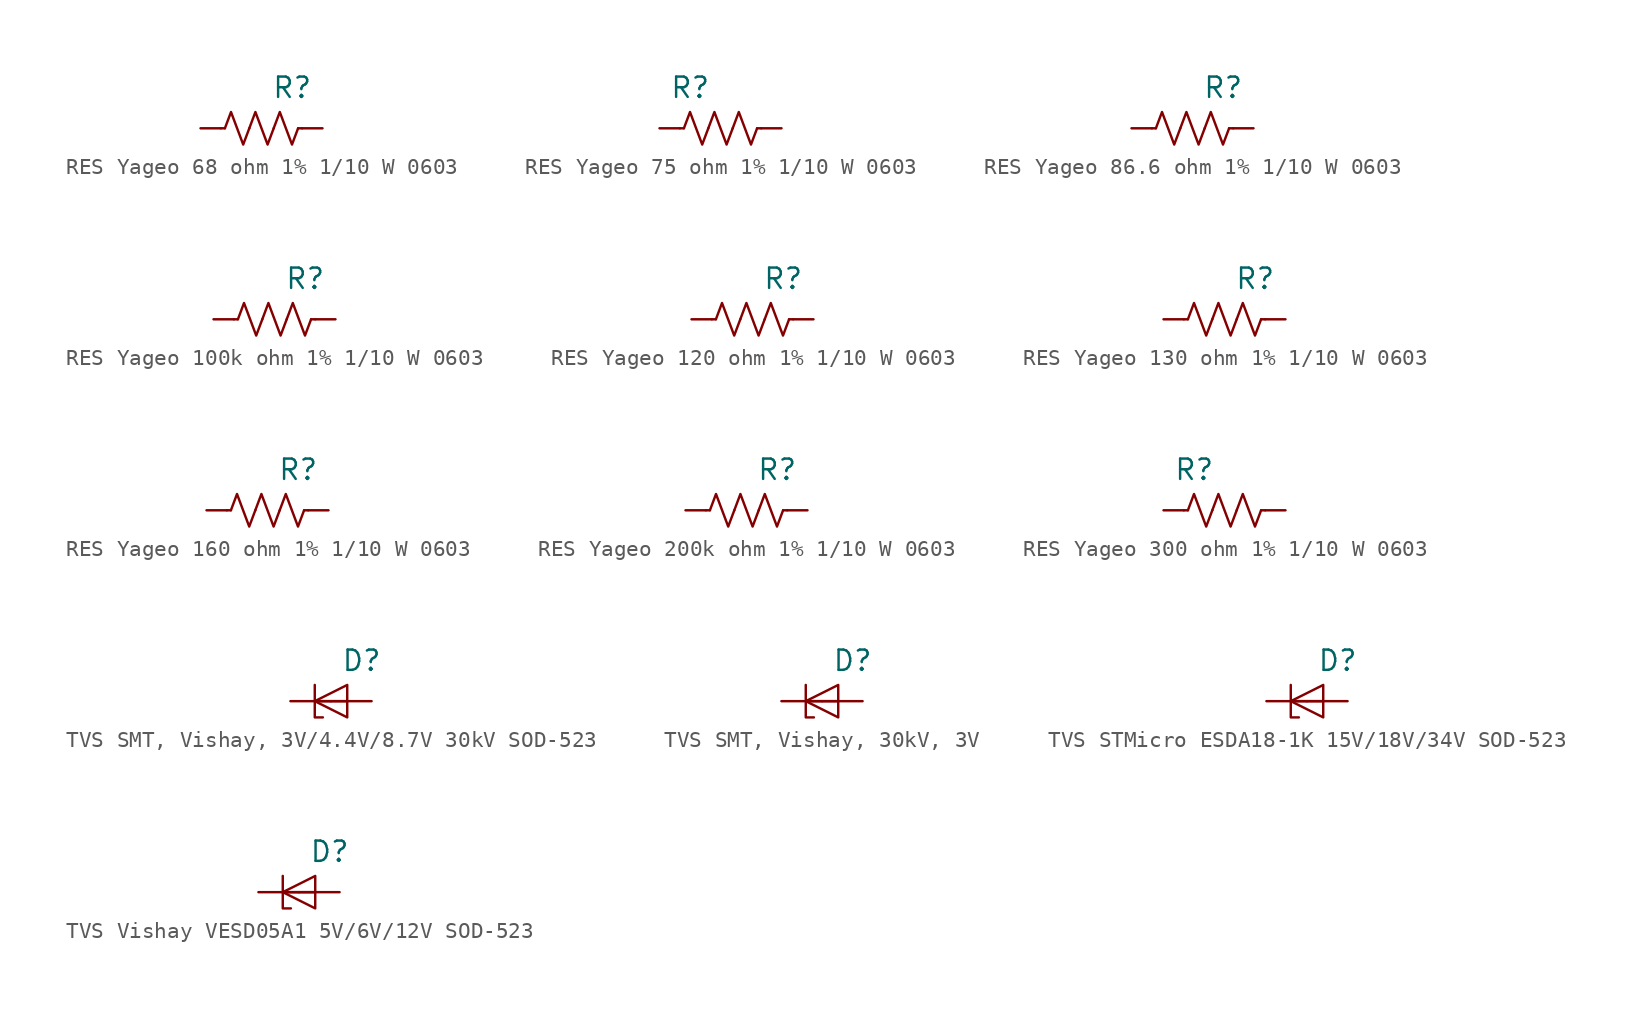
<source format=kicad_sym>
(kicad_symbol_lib
  (version 20241209)
  (generator "kicad_symbol_editor")
  (generator_version "9.0")
  (symbol "RES Yageo 68 ohm 1% 1/10 W 0603"
    (pin_numbers
      (hide yes))
    (pin_names
      (offset 0))
    (property "Reference" "R"
      (at 0.635 2.54 0)
      (effects (font (size 1.27 1.27)) (justify left)))
    (symbol "RES Yageo 68 ohm 1% 1/10 W 0603_0_1"
      (polyline (pts (xy -2.286 0) (xy -2.54 0)) (stroke (width 0) (type default)) (fill (type none)))
      (polyline (pts (xy -0.762 0) (xy -1.143 -1.016) (xy -1.524 0) (xy -1.905 1.016) (xy -2.286 0)) (stroke (width 0) (type default)) (fill (type none)))
      (polyline (pts (xy 0.762 0) (xy 0.381 -1.016) (xy 0 0) (xy -0.381 1.016) (xy -0.762 0)) (stroke (width 0) (type default)) (fill (type none)))
      (polyline (pts (xy 2.286 0) (xy 2.54 0)) (stroke (width 0) (type default)) (fill (type none)))
      (polyline (pts (xy 2.286 0) (xy 1.905 -1.016) (xy 1.524 0) (xy 1.143 1.016) (xy 0.762 0)) (stroke (width 0) (type default)) (fill (type none))))
    (symbol "RES Yageo 68 ohm 1% 1/10 W 0603_1_1"
      (pin passive line (at -3.81 0 0) (length 1.27) (name "~" (effects (font (size 1.27 1.27)))) (number "2" (effects (font (size 1.27 1.27)))))
      (pin passive line (at 3.81 0 180) (length 1.27) (name "~" (effects (font (size 1.27 1.27)))) (number "1" (effects (font (size 1.27 1.27)))))))
  (symbol "RES Yageo 75 ohm 1% 1/10 W 0603"
    (pin_numbers
      (hide yes))
    (pin_names
      (offset 0))
    (property "Reference" "R"
      (at 0.635 2.54 0)
      (effects (font (size 1.27 1.27)) (justify left)))
    (symbol "RES Yageo 75 ohm 1% 1/10 W 0603_0_1"
      (polyline (pts (xy 1.524 0) (xy 1.27 0)) (stroke (width 0) (type default)) (fill (type none)))
      (polyline (pts (xy 3.048 0) (xy 2.667 -1.016) (xy 2.286 0) (xy 1.905 1.016) (xy 1.524 0)) (stroke (width 0) (type default)) (fill (type none)))
      (polyline (pts (xy 4.572 0) (xy 4.191 -1.016) (xy 3.81 0) (xy 3.429 1.016) (xy 3.048 0)) (stroke (width 0) (type default)) (fill (type none)))
      (polyline (pts (xy 6.096 0) (xy 6.35 0)) (stroke (width 0) (type default)) (fill (type none)))
      (polyline (pts (xy 6.096 0) (xy 5.715 -1.016) (xy 5.334 0) (xy 4.953 1.016) (xy 4.572 0)) (stroke (width 0) (type default)) (fill (type none))))
    (symbol "RES Yageo 75 ohm 1% 1/10 W 0603_1_1"
      (pin passive line (at 0 0 0) (length 1.27) (name "~" (effects (font (size 1.27 1.27)))) (number "2" (effects (font (size 1.27 1.27)))))
      (pin passive line (at 7.62 0 180) (length 1.27) (name "~" (effects (font (size 1.27 1.27)))) (number "1" (effects (font (size 1.27 1.27)))))))
  (symbol "RES Yageo 86.6 ohm 1% 1/10 W 0603"
    (pin_numbers
      (hide yes))
    (pin_names
      (offset 0))
    (property "Reference" "R"
      (at 0.635 2.54 0)
      (effects (font (size 1.27 1.27)) (justify left)))
    (symbol "RES Yageo 86.6 ohm 1% 1/10 W 0603_0_1"
      (polyline (pts (xy -2.286 0) (xy -2.54 0)) (stroke (width 0) (type default)) (fill (type none)))
      (polyline (pts (xy -0.762 0) (xy -1.143 -1.016) (xy -1.524 0) (xy -1.905 1.016) (xy -2.286 0)) (stroke (width 0) (type default)) (fill (type none)))
      (polyline (pts (xy 0.762 0) (xy 0.381 -1.016) (xy 0 0) (xy -0.381 1.016) (xy -0.762 0)) (stroke (width 0) (type default)) (fill (type none)))
      (polyline (pts (xy 2.286 0) (xy 2.54 0)) (stroke (width 0) (type default)) (fill (type none)))
      (polyline (pts (xy 2.286 0) (xy 1.905 -1.016) (xy 1.524 0) (xy 1.143 1.016) (xy 0.762 0)) (stroke (width 0) (type default)) (fill (type none))))
    (symbol "RES Yageo 86.6 ohm 1% 1/10 W 0603_1_1"
      (pin passive line (at -3.81 0 0) (length 1.27) (name "~" (effects (font (size 1.27 1.27)))) (number "2" (effects (font (size 1.27 1.27)))))
      (pin passive line (at 3.81 0 180) (length 1.27) (name "~" (effects (font (size 1.27 1.27)))) (number "1" (effects (font (size 1.27 1.27)))))))
  (symbol "RES Yageo 100k ohm 1% 1/10 W 0603"
    (pin_numbers
      (hide yes))
    (pin_names
      (offset 0))
    (property "Reference" "R"
      (at 0.635 2.54 0)
      (effects (font (size 1.27 1.27)) (justify left)))
    (symbol "RES Yageo 100k ohm 1% 1/10 W 0603_0_1"
      (polyline (pts (xy -2.286 0) (xy -2.54 0)) (stroke (width 0) (type default)) (fill (type none)))
      (polyline (pts (xy -0.762 0) (xy -1.143 -1.016) (xy -1.524 0) (xy -1.905 1.016) (xy -2.286 0)) (stroke (width 0) (type default)) (fill (type none)))
      (polyline (pts (xy 0.762 0) (xy 0.381 -1.016) (xy 0 0) (xy -0.381 1.016) (xy -0.762 0)) (stroke (width 0) (type default)) (fill (type none)))
      (polyline (pts (xy 2.286 0) (xy 2.54 0)) (stroke (width 0) (type default)) (fill (type none)))
      (polyline (pts (xy 2.286 0) (xy 1.905 -1.016) (xy 1.524 0) (xy 1.143 1.016) (xy 0.762 0)) (stroke (width 0) (type default)) (fill (type none))))
    (symbol "RES Yageo 100k ohm 1% 1/10 W 0603_1_1"
      (pin passive line (at -3.81 0 0) (length 1.27) (name "~" (effects (font (size 1.27 1.27)))) (number "2" (effects (font (size 1.27 1.27)))))
      (pin passive line (at 3.81 0 180) (length 1.27) (name "~" (effects (font (size 1.27 1.27)))) (number "1" (effects (font (size 1.27 1.27)))))))
  (symbol "RES Yageo 120 ohm 1% 1/10 W 0603"
    (pin_numbers
      (hide yes))
    (pin_names
      (offset 0))
    (property "Reference" "R"
      (at 0.635 2.54 0)
      (effects (font (size 1.27 1.27)) (justify left)))
    (symbol "RES Yageo 120 ohm 1% 1/10 W 0603_0_1"
      (polyline (pts (xy -2.286 0) (xy -2.54 0)) (stroke (width 0) (type default)) (fill (type none)))
      (polyline (pts (xy -0.762 0) (xy -1.143 -1.016) (xy -1.524 0) (xy -1.905 1.016) (xy -2.286 0)) (stroke (width 0) (type default)) (fill (type none)))
      (polyline (pts (xy 0.762 0) (xy 0.381 -1.016) (xy 0 0) (xy -0.381 1.016) (xy -0.762 0)) (stroke (width 0) (type default)) (fill (type none)))
      (polyline (pts (xy 2.286 0) (xy 2.54 0)) (stroke (width 0) (type default)) (fill (type none)))
      (polyline (pts (xy 2.286 0) (xy 1.905 -1.016) (xy 1.524 0) (xy 1.143 1.016) (xy 0.762 0)) (stroke (width 0) (type default)) (fill (type none))))
    (symbol "RES Yageo 120 ohm 1% 1/10 W 0603_1_1"
      (pin passive line (at -3.81 0 0) (length 1.27) (name "~" (effects (font (size 1.27 1.27)))) (number "2" (effects (font (size 1.27 1.27)))))
      (pin passive line (at 3.81 0 180) (length 1.27) (name "~" (effects (font (size 1.27 1.27)))) (number "1" (effects (font (size 1.27 1.27)))))))
  (symbol "RES Yageo 130 ohm 1% 1/10 W 0603"
    (pin_numbers
      (hide yes))
    (pin_names
      (offset 0))
    (property "Reference" "R"
      (at 0.635 2.54 0)
      (effects (font (size 1.27 1.27)) (justify left)))
    (symbol "RES Yageo 130 ohm 1% 1/10 W 0603_0_1"
      (polyline (pts (xy -2.286 0) (xy -2.54 0)) (stroke (width 0) (type default)) (fill (type none)))
      (polyline (pts (xy -0.762 0) (xy -1.143 -1.016) (xy -1.524 0) (xy -1.905 1.016) (xy -2.286 0)) (stroke (width 0) (type default)) (fill (type none)))
      (polyline (pts (xy 0.762 0) (xy 0.381 -1.016) (xy 0 0) (xy -0.381 1.016) (xy -0.762 0)) (stroke (width 0) (type default)) (fill (type none)))
      (polyline (pts (xy 2.286 0) (xy 2.54 0)) (stroke (width 0) (type default)) (fill (type none)))
      (polyline (pts (xy 2.286 0) (xy 1.905 -1.016) (xy 1.524 0) (xy 1.143 1.016) (xy 0.762 0)) (stroke (width 0) (type default)) (fill (type none))))
    (symbol "RES Yageo 130 ohm 1% 1/10 W 0603_1_1"
      (pin passive line (at -3.81 0 0) (length 1.27) (name "~" (effects (font (size 1.27 1.27)))) (number "2" (effects (font (size 1.27 1.27)))))
      (pin passive line (at 3.81 0 180) (length 1.27) (name "~" (effects (font (size 1.27 1.27)))) (number "1" (effects (font (size 1.27 1.27)))))))
  (symbol "RES Yageo 160 ohm 1% 1/10 W 0603"
    (pin_numbers
      (hide yes))
    (pin_names
      (offset 0))
    (property "Reference" "R"
      (at 0.635 2.54 0)
      (effects (font (size 1.27 1.27)) (justify left)))
    (symbol "RES Yageo 160 ohm 1% 1/10 W 0603_0_1"
      (polyline (pts (xy -2.286 0) (xy -2.54 0)) (stroke (width 0) (type default)) (fill (type none)))
      (polyline (pts (xy -0.762 0) (xy -1.143 -1.016) (xy -1.524 0) (xy -1.905 1.016) (xy -2.286 0)) (stroke (width 0) (type default)) (fill (type none)))
      (polyline (pts (xy 0.762 0) (xy 0.381 -1.016) (xy 0 0) (xy -0.381 1.016) (xy -0.762 0)) (stroke (width 0) (type default)) (fill (type none)))
      (polyline (pts (xy 2.286 0) (xy 2.54 0)) (stroke (width 0) (type default)) (fill (type none)))
      (polyline (pts (xy 2.286 0) (xy 1.905 -1.016) (xy 1.524 0) (xy 1.143 1.016) (xy 0.762 0)) (stroke (width 0) (type default)) (fill (type none))))
    (symbol "RES Yageo 160 ohm 1% 1/10 W 0603_1_1"
      (pin passive line (at -3.81 0 0) (length 1.27) (name "~" (effects (font (size 1.27 1.27)))) (number "2" (effects (font (size 1.27 1.27)))))
      (pin passive line (at 3.81 0 180) (length 1.27) (name "~" (effects (font (size 1.27 1.27)))) (number "1" (effects (font (size 1.27 1.27)))))))
  (symbol "RES Yageo 200k ohm 1% 1/10 W 0603"
    (pin_numbers
      (hide yes))
    (pin_names
      (offset 0))
    (property "Reference" "R"
      (at 0.635 2.54 0)
      (effects (font (size 1.27 1.27)) (justify left)))
    (symbol "RES Yageo 200k ohm 1% 1/10 W 0603_0_1"
      (polyline (pts (xy -2.286 0) (xy -2.54 0)) (stroke (width 0) (type default)) (fill (type none)))
      (polyline (pts (xy -0.762 0) (xy -1.143 -1.016) (xy -1.524 0) (xy -1.905 1.016) (xy -2.286 0)) (stroke (width 0) (type default)) (fill (type none)))
      (polyline (pts (xy 0.762 0) (xy 0.381 -1.016) (xy 0 0) (xy -0.381 1.016) (xy -0.762 0)) (stroke (width 0) (type default)) (fill (type none)))
      (polyline (pts (xy 2.286 0) (xy 2.54 0)) (stroke (width 0) (type default)) (fill (type none)))
      (polyline (pts (xy 2.286 0) (xy 1.905 -1.016) (xy 1.524 0) (xy 1.143 1.016) (xy 0.762 0)) (stroke (width 0) (type default)) (fill (type none))))
    (symbol "RES Yageo 200k ohm 1% 1/10 W 0603_1_1"
      (pin passive line (at -3.81 0 0) (length 1.27) (name "~" (effects (font (size 1.27 1.27)))) (number "2" (effects (font (size 1.27 1.27)))))
      (pin passive line (at 3.81 0 180) (length 1.27) (name "~" (effects (font (size 1.27 1.27)))) (number "1" (effects (font (size 1.27 1.27)))))))
  (symbol "RES Yageo 300 ohm 1% 1/10 W 0603"
    (pin_numbers
      (hide yes))
    (pin_names
      (offset 0))
    (property "Reference" "R"
      (at 0.635 2.54 0)
      (effects (font (size 1.27 1.27)) (justify left)))
    (symbol "RES Yageo 300 ohm 1% 1/10 W 0603_0_1"
      (polyline (pts (xy 1.524 0) (xy 1.27 0)) (stroke (width 0) (type default)) (fill (type none)))
      (polyline (pts (xy 3.048 0) (xy 2.667 -1.016) (xy 2.286 0) (xy 1.905 1.016) (xy 1.524 0)) (stroke (width 0) (type default)) (fill (type none)))
      (polyline (pts (xy 4.572 0) (xy 4.191 -1.016) (xy 3.81 0) (xy 3.429 1.016) (xy 3.048 0)) (stroke (width 0) (type default)) (fill (type none)))
      (polyline (pts (xy 6.096 0) (xy 6.35 0)) (stroke (width 0) (type default)) (fill (type none)))
      (polyline (pts (xy 6.096 0) (xy 5.715 -1.016) (xy 5.334 0) (xy 4.953 1.016) (xy 4.572 0)) (stroke (width 0) (type default)) (fill (type none))))
    (symbol "RES Yageo 300 ohm 1% 1/10 W 0603_1_1"
      (pin passive line (at 0 0 0) (length 1.27) (name "~" (effects (font (size 1.27 1.27)))) (number "2" (effects (font (size 1.27 1.27)))))
      (pin passive line (at 7.62 0 180) (length 1.27) (name "~" (effects (font (size 1.27 1.27)))) (number "1" (effects (font (size 1.27 1.27)))))))
  (symbol "TVS SMT, Vishay, 3V/4.4V/8.7V 30kV SOD-523"
    (pin_numbers
      (hide yes))
    (pin_names
      (offset 0)
      (hide yes))
    (property "Reference" "D"
      (at 0.635 2.54 0)
      (effects (font (size 1.27 1.27)) (justify left)))
    (symbol "TVS SMT, Vishay, 3V/4.4V/8.7V 30kV SOD-523_0_1"
      (polyline (pts (xy -1.016 1.016) (xy -1.016 -1.016) (xy -0.508 -1.016)) (stroke (width 0) (type default)) (fill (type none)))
      (polyline (pts (xy -1.016 0) (xy 1.016 0)) (stroke (width 0) (type default)) (fill (type none)))
      (polyline (pts (xy 1.016 1.016) (xy -1.016 0) (xy 1.016 -1.016) (xy 1.016 1.016)) (stroke (width 0) (type default)) (fill (type none))))
    (symbol "TVS SMT, Vishay, 3V/4.4V/8.7V 30kV SOD-523_1_1"
      (pin passive line (at -2.54 0 0) (length 2.54) (name "C" (effects (font (size 1.27 1.27)))) (number "1" (effects (font (size 1.27 1.27)))))
      (pin passive line (at 2.54 0 180) (length 2.54) (name "A" (effects (font (size 1.27 1.27)))) (number "2" (effects (font (size 1.27 1.27)))))))
  (symbol "TVS SMT, Vishay, 30kV, 3V"
    (pin_numbers
      (hide yes))
    (pin_names
      (offset 0)
      (hide yes))
    (property "Reference" "D"
      (at 0.635 2.54 0)
      (effects (font (size 1.27 1.27)) (justify left)))
    (symbol "TVS SMT, Vishay, 30kV, 3V_0_1"
      (polyline (pts (xy -1.016 1.016) (xy -1.016 -1.016) (xy -0.508 -1.016)) (stroke (width 0) (type default)) (fill (type none)))
      (polyline (pts (xy -1.016 0) (xy 1.016 0)) (stroke (width 0) (type default)) (fill (type none)))
      (polyline (pts (xy 1.016 1.016) (xy -1.016 0) (xy 1.016 -1.016) (xy 1.016 1.016)) (stroke (width 0) (type default)) (fill (type none))))
    (symbol "TVS SMT, Vishay, 30kV, 3V_1_1"
      (pin passive line (at -2.54 0 0) (length 2.54) (name "C" (effects (font (size 1.27 1.27)))) (number "1" (effects (font (size 1.27 1.27)))))
      (pin passive line (at 2.54 0 180) (length 2.54) (name "A" (effects (font (size 1.27 1.27)))) (number "2" (effects (font (size 1.27 1.27)))))))
  (symbol "TVS STMicro ESDA18-1K 15V/18V/34V SOD-523"
    (pin_numbers
      (hide yes))
    (pin_names
      (offset 0)
      (hide yes))
    (property "Reference" "D"
      (at 0.635 2.54 0)
      (effects (font (size 1.27 1.27)) (justify left)))
    (symbol "TVS STMicro ESDA18-1K 15V/18V/34V SOD-523_0_1"
      (polyline (pts (xy -1.016 1.016) (xy -1.016 -1.016) (xy -0.508 -1.016)) (stroke (width 0) (type default)) (fill (type none)))
      (polyline (pts (xy -1.016 0) (xy 1.016 0)) (stroke (width 0) (type default)) (fill (type none)))
      (polyline (pts (xy 1.016 1.016) (xy -1.016 0) (xy 1.016 -1.016) (xy 1.016 1.016)) (stroke (width 0) (type default)) (fill (type none))))
    (symbol "TVS STMicro ESDA18-1K 15V/18V/34V SOD-523_1_1"
      (pin passive line (at -2.54 0 0) (length 2.54) (name "C" (effects (font (size 1.27 1.27)))) (number "1" (effects (font (size 1.27 1.27)))))
      (pin passive line (at 2.54 0 180) (length 2.54) (name "A" (effects (font (size 1.27 1.27)))) (number "2" (effects (font (size 1.27 1.27)))))))
  (symbol "TVS Vishay VESD05A1 5V/6V/12V SOD-523"
    (pin_numbers
      (hide yes))
    (pin_names
      (offset 0)
      (hide yes))
    (property "Reference" "D"
      (at 0.635 2.54 0)
      (effects (font (size 1.27 1.27)) (justify left)))
    (symbol "TVS Vishay VESD05A1 5V/6V/12V SOD-523_0_1"
      (polyline (pts (xy -1.016 1.016) (xy -1.016 -1.016) (xy -0.508 -1.016)) (stroke (width 0) (type default)) (fill (type none)))
      (polyline (pts (xy -1.016 0) (xy 1.016 0)) (stroke (width 0) (type default)) (fill (type none)))
      (polyline (pts (xy 1.016 1.016) (xy -1.016 0) (xy 1.016 -1.016) (xy 1.016 1.016)) (stroke (width 0) (type default)) (fill (type none))))
    (symbol "TVS Vishay VESD05A1 5V/6V/12V SOD-523_1_1"
      (pin passive line (at -2.54 0 0) (length 2.54) (name "C" (effects (font (size 1.27 1.27)))) (number "1" (effects (font (size 1.27 1.27)))))
      (pin passive line (at 2.54 0 180) (length 2.54) (name "A" (effects (font (size 1.27 1.27)))) (number "2" (effects (font (size 1.27 1.27))))))))
</source>
